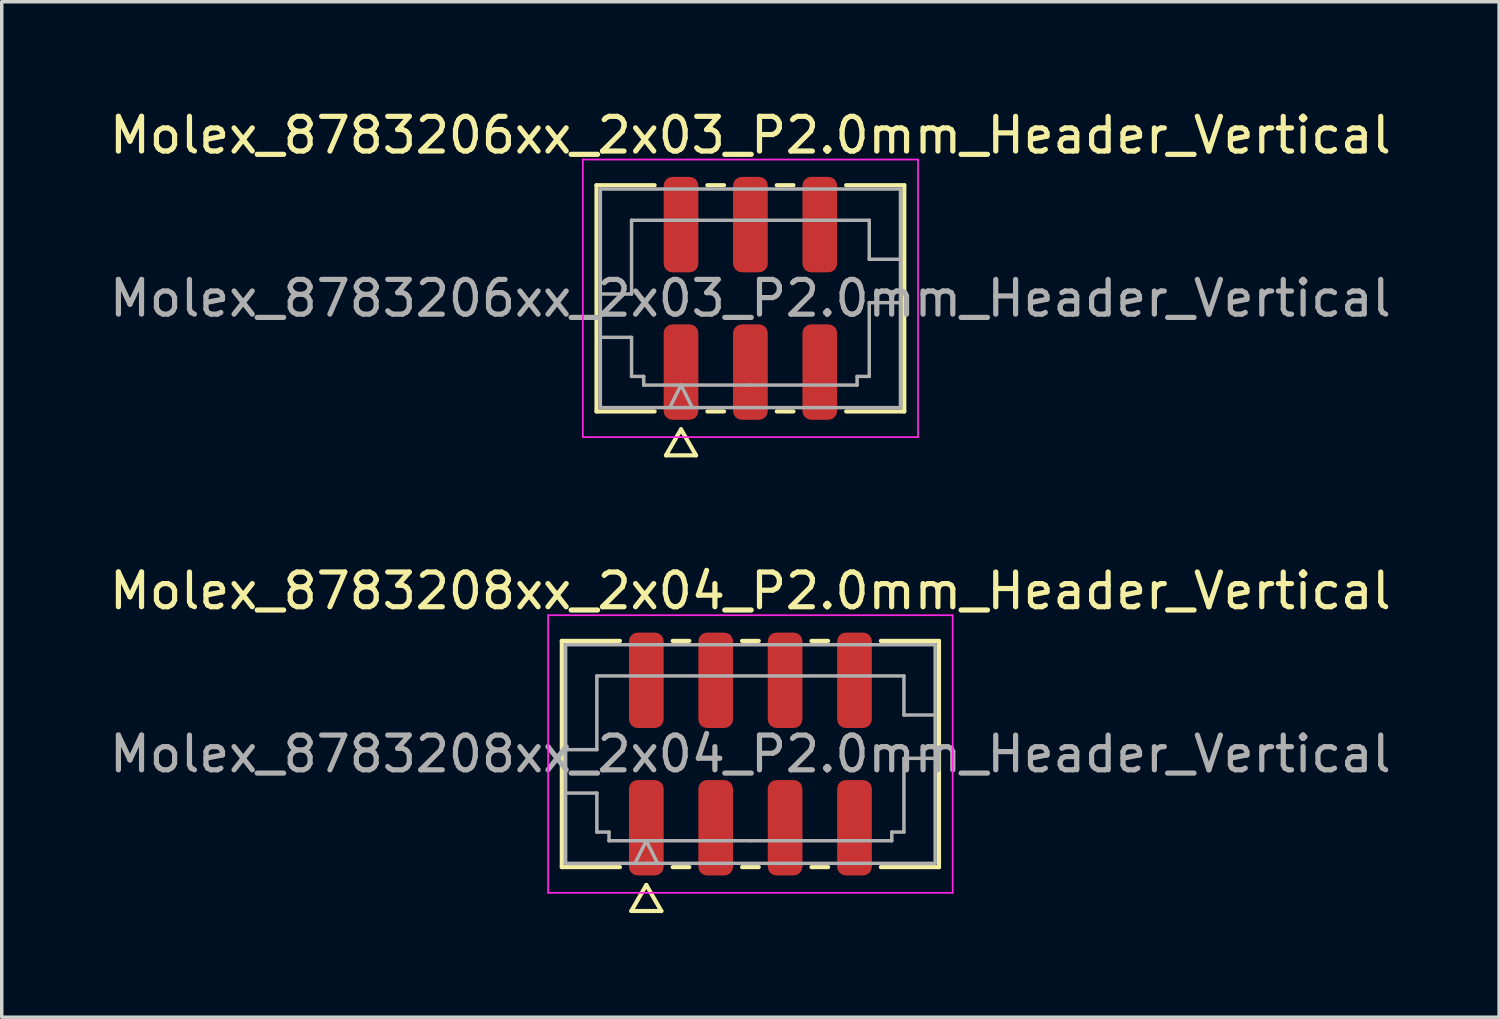
<source format=kicad_pcb>
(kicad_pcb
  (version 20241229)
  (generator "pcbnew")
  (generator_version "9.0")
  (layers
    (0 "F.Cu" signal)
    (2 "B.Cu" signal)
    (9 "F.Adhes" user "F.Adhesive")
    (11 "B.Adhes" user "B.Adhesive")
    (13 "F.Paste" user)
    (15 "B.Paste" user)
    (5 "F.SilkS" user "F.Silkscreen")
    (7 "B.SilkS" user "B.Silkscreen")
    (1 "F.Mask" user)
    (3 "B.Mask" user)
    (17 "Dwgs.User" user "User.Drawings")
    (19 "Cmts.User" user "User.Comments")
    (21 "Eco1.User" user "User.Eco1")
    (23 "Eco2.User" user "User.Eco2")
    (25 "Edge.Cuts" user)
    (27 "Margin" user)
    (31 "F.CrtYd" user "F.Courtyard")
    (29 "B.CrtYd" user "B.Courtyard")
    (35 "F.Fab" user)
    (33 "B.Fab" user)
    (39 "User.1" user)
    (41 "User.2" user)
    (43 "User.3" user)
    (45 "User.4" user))
  (footprint "Molex_8783206xx_2x03_P2.0mm_Header_Vertical"
    (layer "F.Cu")
    (at 18.577 5.548)
    (property "Reference" "Molex_8783206xx_2x03_P2.0mm_Header_Vertical" (at 0 -4.7 0) (layer "F.SilkS") (effects (font (size 1 1) (thickness 0.15))))
    (attr smd)
    (fp_line (start -4.435 -3.26) (end -2.76 -3.26) (stroke (width 0.12) (type solid)) (layer "F.SilkS"))
    (fp_line (start -4.435 3.26) (end -4.435 -3.26) (stroke (width 0.12) (type solid)) (layer "F.SilkS"))
    (fp_line (start -2.76 3.26) (end -4.435 3.26) (stroke (width 0.12) (type solid)) (layer "F.SilkS"))
    (fp_line (start -2.433 4.525) (end -2 3.775) (stroke (width 0.12) (type solid)) (layer "F.SilkS"))
    (fp_line (start -2 3.775) (end -1.567 4.525) (stroke (width 0.12) (type solid)) (layer "F.SilkS"))
    (fp_line (start -1.567 4.525) (end -2.433 4.525) (stroke (width 0.12) (type solid)) (layer "F.SilkS"))
    (fp_line (start -1.24 -3.26) (end -0.76 -3.26) (stroke (width 0.12) (type solid)) (layer "F.SilkS"))
    (fp_line (start -0.76 3.26) (end -1.24 3.26) (stroke (width 0.12) (type solid)) (layer "F.SilkS"))
    (fp_line (start 0.76 -3.26) (end 1.24 -3.26) (stroke (width 0.12) (type solid)) (layer "F.SilkS"))
    (fp_line (start 1.24 3.26) (end 0.76 3.26) (stroke (width 0.12) (type solid)) (layer "F.SilkS"))
    (fp_line (start 2.76 -3.26) (end 4.435 -3.26) (stroke (width 0.12) (type solid)) (layer "F.SilkS"))
    (fp_line (start 4.435 -3.26) (end 4.435 3.26) (stroke (width 0.12) (type solid)) (layer "F.SilkS"))
    (fp_line (start 4.435 3.26) (end 2.76 3.26) (stroke (width 0.12) (type solid)) (layer "F.SilkS"))
    (fp_line (start -4.83 -4) (end -4.83 4) (stroke (width 0.05) (type solid)) (layer "F.CrtYd"))
    (fp_line (start -4.83 4) (end 4.83 4) (stroke (width 0.05) (type solid)) (layer "F.CrtYd"))
    (fp_line (start 4.83 -4) (end -4.83 -4) (stroke (width 0.05) (type solid)) (layer "F.CrtYd"))
    (fp_line (start 4.83 4) (end 4.83 -4) (stroke (width 0.05) (type solid)) (layer "F.CrtYd"))
    (fp_line (start -4.325 -3.15) (end 4.325 -3.15) (stroke (width 0.1) (type solid)) (layer "F.Fab"))
    (fp_line (start -4.325 -0.125) (end -3.425 -0.125) (stroke (width 0.1) (type solid)) (layer "F.Fab"))
    (fp_line (start -4.325 1.125) (end -3.425 1.125) (stroke (width 0.1) (type solid)) (layer "F.Fab"))
    (fp_line (start -4.325 3.15) (end -4.325 -3.15) (stroke (width 0.1) (type solid)) (layer "F.Fab"))
    (fp_line (start -3.425 -2.25) (end 3.425 -2.25) (stroke (width 0.1) (type solid)) (layer "F.Fab"))
    (fp_line (start -3.425 -0.125) (end -3.425 -2.25) (stroke (width 0.1) (type solid)) (layer "F.Fab"))
    (fp_line (start -3.425 1.125) (end -3.425 2.25) (stroke (width 0.1) (type solid)) (layer "F.Fab"))
    (fp_line (start -3.425 2.25) (end -3.075 2.25) (stroke (width 0.1) (type solid)) (layer "F.Fab"))
    (fp_line (start -3.075 2.25) (end -3.075 2.5) (stroke (width 0.1) (type solid)) (layer "F.Fab"))
    (fp_line (start -3.075 2.5) (end 0 2.5) (stroke (width 0.1) (type solid)) (layer "F.Fab"))
    (fp_line (start -2.325 3.15) (end -2 2.5) (stroke (width 0.1) (type solid)) (layer "F.Fab"))
    (fp_line (start -2 2.5) (end -1.675 3.15) (stroke (width 0.1) (type solid)) (layer "F.Fab"))
    (fp_line (start 0 2.5) (end 3.075 2.5) (stroke (width 0.1) (type solid)) (layer "F.Fab"))
    (fp_line (start 3.075 2.25) (end 3.425 2.25) (stroke (width 0.1) (type solid)) (layer "F.Fab"))
    (fp_line (start 3.075 2.5) (end 3.075 2.25) (stroke (width 0.1) (type solid)) (layer "F.Fab"))
    (fp_line (start 3.425 -2.25) (end 3.425 -1.125) (stroke (width 0.1) (type solid)) (layer "F.Fab"))
    (fp_line (start 3.425 -1.125) (end 4.325 -1.125) (stroke (width 0.1) (type solid)) (layer "F.Fab"))
    (fp_line (start 3.425 0.125) (end 4.325 0.125) (stroke (width 0.1) (type solid)) (layer "F.Fab"))
    (fp_line (start 3.425 2.25) (end 3.425 0.125) (stroke (width 0.1) (type solid)) (layer "F.Fab"))
    (fp_line (start 4.325 -3.15) (end 4.325 3.15) (stroke (width 0.1) (type solid)) (layer "F.Fab"))
    (fp_line (start 4.325 3.15) (end -4.325 3.15) (stroke (width 0.1) (type solid)) (layer "F.Fab"))
    (fp_text user "${REFERENCE}" (at 0 0 0) (layer "F.Fab") (effects (font (size 1 1) (thickness 0.15))))
    (pad "1" smd roundrect (at -2 2.125) (size 1 2.75) (layers "F.Cu" "F.Mask" "F.Paste") (roundrect_rratio 0.25))
    (pad "2" smd roundrect (at -2 -2.125) (size 1 2.75) (layers "F.Cu" "F.Mask" "F.Paste") (roundrect_rratio 0.25))
    (pad "3" smd roundrect (at 0 2.125) (size 1 2.75) (layers "F.Cu" "F.Mask" "F.Paste") (roundrect_rratio 0.25))
    (pad "4" smd roundrect (at 0 -2.125) (size 1 2.75) (layers "F.Cu" "F.Mask" "F.Paste") (roundrect_rratio 0.25))
    (pad "5" smd roundrect (at 2 2.125) (size 1 2.75) (layers "F.Cu" "F.Mask" "F.Paste") (roundrect_rratio 0.25))
    (pad "6" smd roundrect (at 2 -2.125) (size 1 2.75) (layers "F.Cu" "F.Mask" "F.Paste") (roundrect_rratio 0.25)))
  (footprint "Molex_8783208xx_2x04_P2.0mm_Header_Vertical"
    (layer "F.Cu")
    (at 18.577 18.681)
    (property "Reference" "Molex_8783208xx_2x04_P2.0mm_Header_Vertical" (at 0 -4.7 0) (layer "F.SilkS") (effects (font (size 1 1) (thickness 0.15))))
    (attr smd)
    (fp_line (start -5.435 -3.26) (end -3.76 -3.26) (stroke (width 0.12) (type solid)) (layer "F.SilkS"))
    (fp_line (start -5.435 3.26) (end -5.435 -3.26) (stroke (width 0.12) (type solid)) (layer "F.SilkS"))
    (fp_line (start -3.76 3.26) (end -5.435 3.26) (stroke (width 0.12) (type solid)) (layer "F.SilkS"))
    (fp_line (start -3.433 4.525) (end -3 3.775) (stroke (width 0.12) (type solid)) (layer "F.SilkS"))
    (fp_line (start -3 3.775) (end -2.567 4.525) (stroke (width 0.12) (type solid)) (layer "F.SilkS"))
    (fp_line (start -2.567 4.525) (end -3.433 4.525) (stroke (width 0.12) (type solid)) (layer "F.SilkS"))
    (fp_line (start -2.24 -3.26) (end -1.76 -3.26) (stroke (width 0.12) (type solid)) (layer "F.SilkS"))
    (fp_line (start -1.76 3.26) (end -2.24 3.26) (stroke (width 0.12) (type solid)) (layer "F.SilkS"))
    (fp_line (start -0.24 -3.26) (end 0.24 -3.26) (stroke (width 0.12) (type solid)) (layer "F.SilkS"))
    (fp_line (start 0.24 3.26) (end -0.24 3.26) (stroke (width 0.12) (type solid)) (layer "F.SilkS"))
    (fp_line (start 1.76 -3.26) (end 2.24 -3.26) (stroke (width 0.12) (type solid)) (layer "F.SilkS"))
    (fp_line (start 2.24 3.26) (end 1.76 3.26) (stroke (width 0.12) (type solid)) (layer "F.SilkS"))
    (fp_line (start 3.76 -3.26) (end 5.435 -3.26) (stroke (width 0.12) (type solid)) (layer "F.SilkS"))
    (fp_line (start 5.435 -3.26) (end 5.435 3.26) (stroke (width 0.12) (type solid)) (layer "F.SilkS"))
    (fp_line (start 5.435 3.26) (end 3.76 3.26) (stroke (width 0.12) (type solid)) (layer "F.SilkS"))
    (fp_line (start -5.83 -4) (end -5.83 4) (stroke (width 0.05) (type solid)) (layer "F.CrtYd"))
    (fp_line (start -5.83 4) (end 5.83 4) (stroke (width 0.05) (type solid)) (layer "F.CrtYd"))
    (fp_line (start 5.83 -4) (end -5.83 -4) (stroke (width 0.05) (type solid)) (layer "F.CrtYd"))
    (fp_line (start 5.83 4) (end 5.83 -4) (stroke (width 0.05) (type solid)) (layer "F.CrtYd"))
    (fp_line (start -5.325 -3.15) (end 5.325 -3.15) (stroke (width 0.1) (type solid)) (layer "F.Fab"))
    (fp_line (start -5.325 -0.125) (end -4.425 -0.125) (stroke (width 0.1) (type solid)) (layer "F.Fab"))
    (fp_line (start -5.325 1.125) (end -4.425 1.125) (stroke (width 0.1) (type solid)) (layer "F.Fab"))
    (fp_line (start -5.325 3.15) (end -5.325 -3.15) (stroke (width 0.1) (type solid)) (layer "F.Fab"))
    (fp_line (start -4.425 -2.25) (end 4.425 -2.25) (stroke (width 0.1) (type solid)) (layer "F.Fab"))
    (fp_line (start -4.425 -0.125) (end -4.425 -2.25) (stroke (width 0.1) (type solid)) (layer "F.Fab"))
    (fp_line (start -4.425 1.125) (end -4.425 2.25) (stroke (width 0.1) (type solid)) (layer "F.Fab"))
    (fp_line (start -4.425 2.25) (end -4.075 2.25) (stroke (width 0.1) (type solid)) (layer "F.Fab"))
    (fp_line (start -4.075 2.25) (end -4.075 2.5) (stroke (width 0.1) (type solid)) (layer "F.Fab"))
    (fp_line (start -4.075 2.5) (end 0 2.5) (stroke (width 0.1) (type solid)) (layer "F.Fab"))
    (fp_line (start -3.325 3.15) (end -3 2.5) (stroke (width 0.1) (type solid)) (layer "F.Fab"))
    (fp_line (start -3 2.5) (end -2.675 3.15) (stroke (width 0.1) (type solid)) (layer "F.Fab"))
    (fp_line (start 0 2.5) (end 4.075 2.5) (stroke (width 0.1) (type solid)) (layer "F.Fab"))
    (fp_line (start 4.075 2.25) (end 4.425 2.25) (stroke (width 0.1) (type solid)) (layer "F.Fab"))
    (fp_line (start 4.075 2.5) (end 4.075 2.25) (stroke (width 0.1) (type solid)) (layer "F.Fab"))
    (fp_line (start 4.425 -2.25) (end 4.425 -1.125) (stroke (width 0.1) (type solid)) (layer "F.Fab"))
    (fp_line (start 4.425 -1.125) (end 5.325 -1.125) (stroke (width 0.1) (type solid)) (layer "F.Fab"))
    (fp_line (start 4.425 0.125) (end 5.325 0.125) (stroke (width 0.1) (type solid)) (layer "F.Fab"))
    (fp_line (start 4.425 2.25) (end 4.425 0.125) (stroke (width 0.1) (type solid)) (layer "F.Fab"))
    (fp_line (start 5.325 -3.15) (end 5.325 3.15) (stroke (width 0.1) (type solid)) (layer "F.Fab"))
    (fp_line (start 5.325 3.15) (end -5.325 3.15) (stroke (width 0.1) (type solid)) (layer "F.Fab"))
    (fp_text user "${REFERENCE}" (at 0 0 0) (layer "F.Fab") (effects (font (size 1 1) (thickness 0.15))))
    (pad "1" smd roundrect (at -3 2.125) (size 1 2.75) (layers "F.Cu" "F.Mask" "F.Paste") (roundrect_rratio 0.25))
    (pad "2" smd roundrect (at -3 -2.125) (size 1 2.75) (layers "F.Cu" "F.Mask" "F.Paste") (roundrect_rratio 0.25))
    (pad "3" smd roundrect (at -1 2.125) (size 1 2.75) (layers "F.Cu" "F.Mask" "F.Paste") (roundrect_rratio 0.25))
    (pad "4" smd roundrect (at -1 -2.125) (size 1 2.75) (layers "F.Cu" "F.Mask" "F.Paste") (roundrect_rratio 0.25))
    (pad "5" smd roundrect (at 1 2.125) (size 1 2.75) (layers "F.Cu" "F.Mask" "F.Paste") (roundrect_rratio 0.25))
    (pad "6" smd roundrect (at 1 -2.125) (size 1 2.75) (layers "F.Cu" "F.Mask" "F.Paste") (roundrect_rratio 0.25))
    (pad "7" smd roundrect (at 3 2.125) (size 1 2.75) (layers "F.Cu" "F.Mask" "F.Paste") (roundrect_rratio 0.25))
    (pad "8" smd roundrect (at 3 -2.125) (size 1 2.75) (layers "F.Cu" "F.Mask" "F.Paste") (roundrect_rratio 0.25)))
  (gr_rect
    (start -3 -3)
    (end 40.155 26.267)
    (stroke (width 0.1) (type default))
    (fill no)
    (layer "Edge.Cuts")))
</source>
